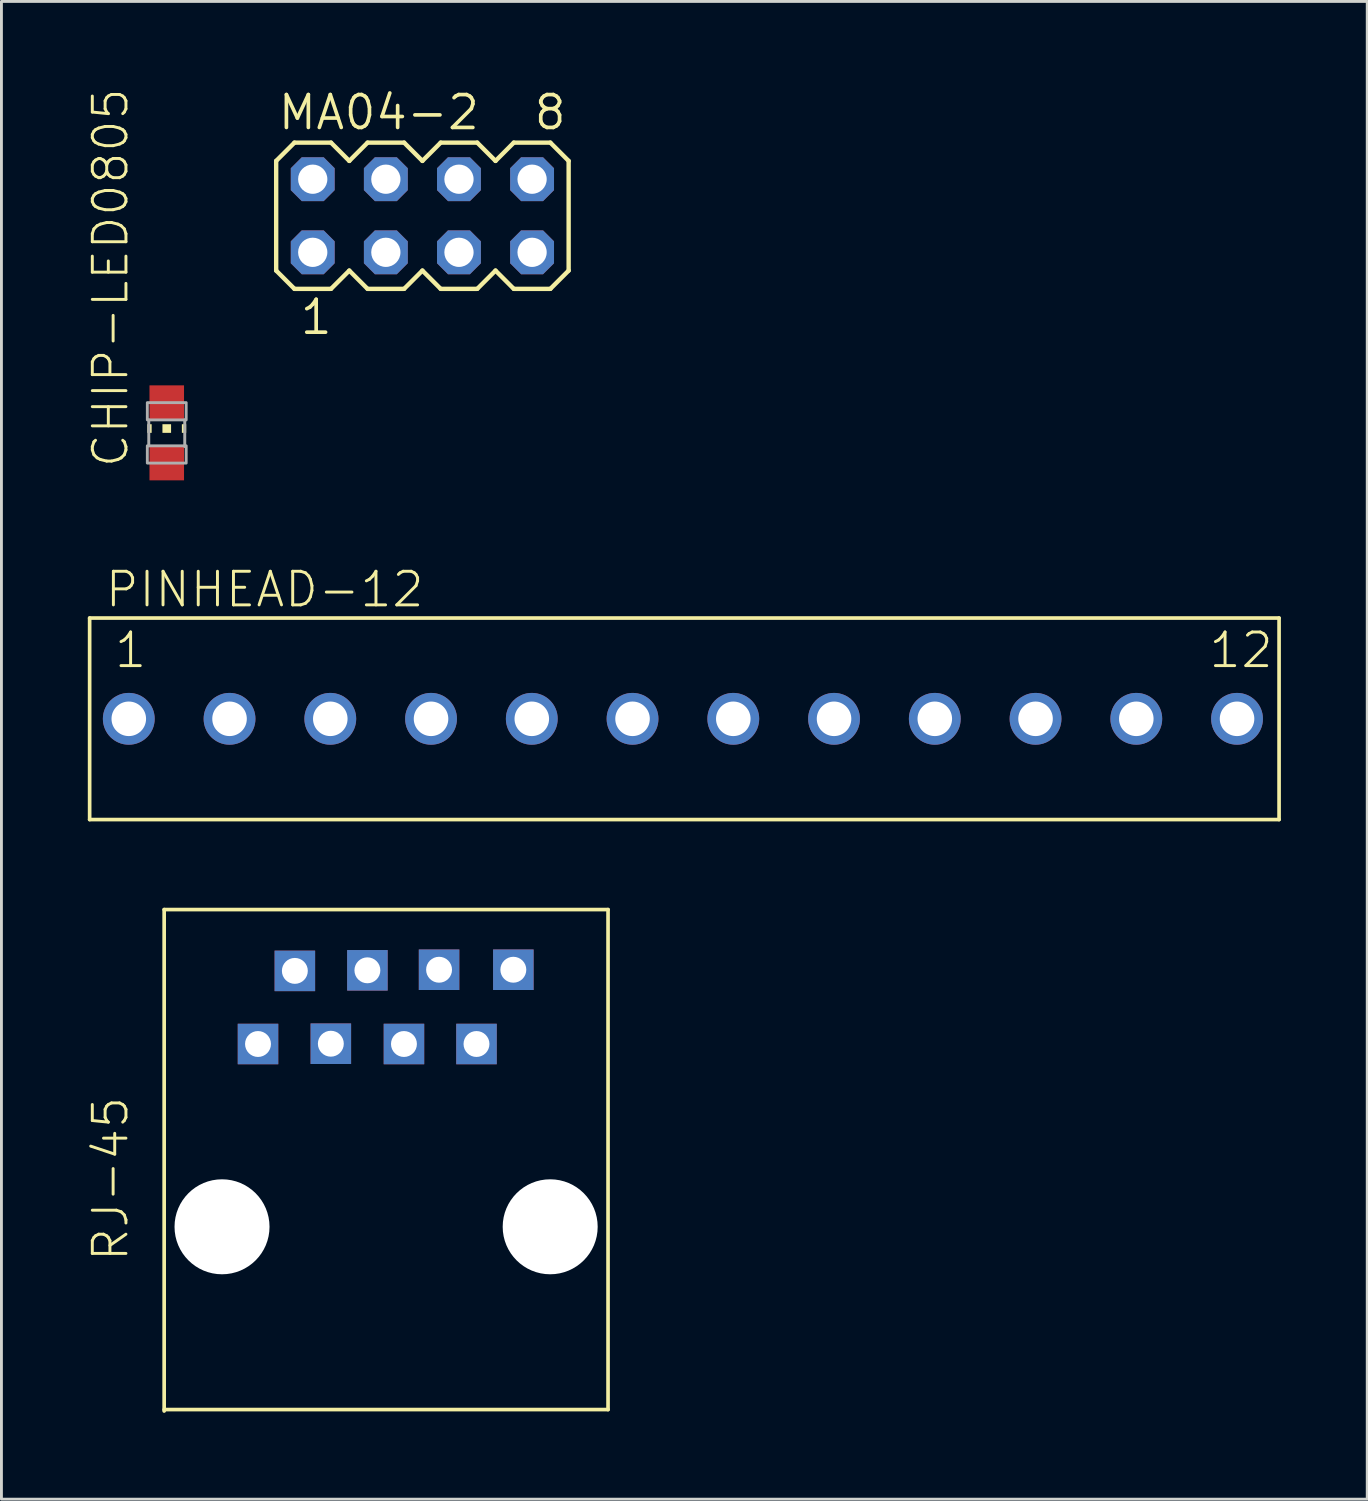
<source format=kicad_pcb>
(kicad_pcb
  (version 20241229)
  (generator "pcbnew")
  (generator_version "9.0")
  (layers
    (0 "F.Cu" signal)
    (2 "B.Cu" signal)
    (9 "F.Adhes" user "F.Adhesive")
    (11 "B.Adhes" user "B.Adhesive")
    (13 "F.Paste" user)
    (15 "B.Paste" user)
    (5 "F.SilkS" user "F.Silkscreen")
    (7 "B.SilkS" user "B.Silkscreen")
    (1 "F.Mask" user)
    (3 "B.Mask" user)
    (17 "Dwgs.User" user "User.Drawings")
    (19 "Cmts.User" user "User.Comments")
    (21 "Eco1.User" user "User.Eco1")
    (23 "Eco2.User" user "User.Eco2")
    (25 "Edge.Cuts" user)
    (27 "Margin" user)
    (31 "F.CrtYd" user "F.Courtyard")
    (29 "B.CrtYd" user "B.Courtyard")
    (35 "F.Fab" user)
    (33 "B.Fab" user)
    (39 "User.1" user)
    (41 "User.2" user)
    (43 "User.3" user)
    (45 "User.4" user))
  (footprint "RJ-45"
    (layer "F.Cu")
    (at 10.363 39.568)
    (property "Reference" "RJ-45" (at -8.89 1.27 90) (layer "F.SilkS") (effects (font (size 1.168 1.168) (thickness 0.102)) (justify left bottom)))
    (fp_line (start -7.71 -11.02) (end -7.71 6.4) (stroke (width 0.127) (type solid)) (layer "F.SilkS"))
    (fp_line (start -7.71 6.35) (end 7.71 6.35) (stroke (width 0.127) (type solid)) (layer "F.SilkS"))
    (fp_line (start 7.71 -11.02) (end -7.71 -11.02) (stroke (width 0.127) (type solid)) (layer "F.SilkS"))
    (fp_line (start 7.71 6.35) (end 7.71 -11.02) (stroke (width 0.127) (type solid)) (layer "F.SilkS"))
    (pad "" np_thru_hole circle (at -5.7 0) (size 3.3 3.3) (drill 3.3) (layers "*.Cu" "*.Mask"))
    (pad "" np_thru_hole circle (at 5.7 0) (size 3.3 3.3) (drill 3.3) (layers "*.Cu" "*.Mask"))
    (pad "1" thru_hole rect (at -4.45 -6.35) (size 1.408 1.408) (drill 0.9) (layers "*.Cu" "*.Mask"))
    (pad "2" thru_hole rect (at -3.17 -8.89) (size 1.408 1.408) (drill 0.9) (layers "*.Cu" "*.Mask"))
    (pad "3" thru_hole rect (at -1.92 -6.36) (size 1.408 1.408) (drill 0.9) (layers "*.Cu" "*.Mask"))
    (pad "4" thru_hole rect (at -0.65 -8.91) (size 1.408 1.408) (drill 0.9) (layers "*.Cu" "*.Mask"))
    (pad "5" thru_hole rect (at 0.62 -6.35) (size 1.408 1.408) (drill 0.9) (layers "*.Cu" "*.Mask"))
    (pad "6" thru_hole rect (at 1.84 -8.93) (size 1.408 1.408) (drill 0.9) (layers "*.Cu" "*.Mask"))
    (pad "7" thru_hole rect (at 3.14 -6.35) (size 1.408 1.408) (drill 0.9) (layers "*.Cu" "*.Mask"))
    (pad "8" thru_hole rect (at 4.42 -8.93) (size 1.408 1.408) (drill 0.9) (layers "*.Cu" "*.Mask")))
  (footprint "MA04-2"
    (layer "F.Cu")
    (at 11.624 4.445)
    (property "Reference" "MA04-2" (at -5.08 -2.921 0) (layer "F.SilkS") (effects (font (size 1.143 1.143) (thickness 0.127)) (justify left bottom)))
    (fp_line (start -5.08 -1.905) (end -5.08 1.905) (stroke (width 0.152) (type solid)) (layer "F.SilkS"))
    (fp_line (start -5.08 1.905) (end -4.445 2.54) (stroke (width 0.152) (type solid)) (layer "F.SilkS"))
    (fp_line (start -4.445 -2.54) (end -5.08 -1.905) (stroke (width 0.152) (type solid)) (layer "F.SilkS"))
    (fp_line (start -4.445 -2.54) (end -3.175 -2.54) (stroke (width 0.152) (type solid)) (layer "F.SilkS"))
    (fp_line (start -3.175 -2.54) (end -2.54 -1.905) (stroke (width 0.152) (type solid)) (layer "F.SilkS"))
    (fp_line (start -3.175 2.54) (end -4.445 2.54) (stroke (width 0.152) (type solid)) (layer "F.SilkS"))
    (fp_line (start -2.54 -1.905) (end -1.905 -2.54) (stroke (width 0.152) (type solid)) (layer "F.SilkS"))
    (fp_line (start -2.54 1.905) (end -3.175 2.54) (stroke (width 0.152) (type solid)) (layer "F.SilkS"))
    (fp_line (start -1.905 -2.54) (end -0.635 -2.54) (stroke (width 0.152) (type solid)) (layer "F.SilkS"))
    (fp_line (start -1.905 2.54) (end -2.54 1.905) (stroke (width 0.152) (type solid)) (layer "F.SilkS"))
    (fp_line (start -0.635 -2.54) (end 0 -1.905) (stroke (width 0.152) (type solid)) (layer "F.SilkS"))
    (fp_line (start -0.635 2.54) (end -1.905 2.54) (stroke (width 0.152) (type solid)) (layer "F.SilkS"))
    (fp_line (start 0 -1.905) (end 0.635 -2.54) (stroke (width 0.152) (type solid)) (layer "F.SilkS"))
    (fp_line (start 0 1.905) (end -0.635 2.54) (stroke (width 0.152) (type solid)) (layer "F.SilkS"))
    (fp_line (start 0.635 -2.54) (end 1.905 -2.54) (stroke (width 0.152) (type solid)) (layer "F.SilkS"))
    (fp_line (start 0.635 2.54) (end 0 1.905) (stroke (width 0.152) (type solid)) (layer "F.SilkS"))
    (fp_line (start 1.905 -2.54) (end 2.54 -1.905) (stroke (width 0.152) (type solid)) (layer "F.SilkS"))
    (fp_line (start 1.905 2.54) (end 0.635 2.54) (stroke (width 0.152) (type solid)) (layer "F.SilkS"))
    (fp_line (start 2.54 1.905) (end 1.905 2.54) (stroke (width 0.152) (type solid)) (layer "F.SilkS"))
    (fp_line (start 2.54 1.905) (end 3.175 2.54) (stroke (width 0.152) (type solid)) (layer "F.SilkS"))
    (fp_line (start 3.175 -2.54) (end 2.54 -1.905) (stroke (width 0.152) (type solid)) (layer "F.SilkS"))
    (fp_line (start 3.175 -2.54) (end 4.445 -2.54) (stroke (width 0.152) (type solid)) (layer "F.SilkS"))
    (fp_line (start 4.445 -2.54) (end 5.08 -1.905) (stroke (width 0.152) (type solid)) (layer "F.SilkS"))
    (fp_line (start 4.445 2.54) (end 3.175 2.54) (stroke (width 0.152) (type solid)) (layer "F.SilkS"))
    (fp_line (start 5.08 -1.905) (end 5.08 1.905) (stroke (width 0.152) (type solid)) (layer "F.SilkS"))
    (fp_line (start 5.08 1.905) (end 4.445 2.54) (stroke (width 0.152) (type solid)) (layer "F.SilkS"))
    (fp_poly (pts (xy -4.064 -1.016) (xy -3.556 -1.016) (xy -3.556 -1.524) (xy -4.064 -1.524)) (stroke (width 0.1) (type solid)) (fill no) (layer "F.Fab"))
    (fp_poly (pts (xy -4.064 1.524) (xy -3.556 1.524) (xy -3.556 1.016) (xy -4.064 1.016)) (stroke (width 0.1) (type solid)) (fill no) (layer "F.Fab"))
    (fp_poly (pts (xy -1.524 -1.016) (xy -1.016 -1.016) (xy -1.016 -1.524) (xy -1.524 -1.524)) (stroke (width 0.1) (type solid)) (fill no) (layer "F.Fab"))
    (fp_poly (pts (xy -1.524 1.524) (xy -1.016 1.524) (xy -1.016 1.016) (xy -1.524 1.016)) (stroke (width 0.1) (type solid)) (fill no) (layer "F.Fab"))
    (fp_poly (pts (xy 1.016 -1.016) (xy 1.524 -1.016) (xy 1.524 -1.524) (xy 1.016 -1.524)) (stroke (width 0.1) (type solid)) (fill no) (layer "F.Fab"))
    (fp_poly (pts (xy 1.016 1.524) (xy 1.524 1.524) (xy 1.524 1.016) (xy 1.016 1.016)) (stroke (width 0.1) (type solid)) (fill no) (layer "F.Fab"))
    (fp_poly (pts (xy 3.556 -1.016) (xy 4.064 -1.016) (xy 4.064 -1.524) (xy 3.556 -1.524)) (stroke (width 0.1) (type solid)) (fill no) (layer "F.Fab"))
    (fp_poly (pts (xy 3.556 1.524) (xy 4.064 1.524) (xy 4.064 1.016) (xy 3.556 1.016)) (stroke (width 0.1) (type solid)) (fill no) (layer "F.Fab"))
    (fp_text user "1" (at -4.318 4.191 0) (layer "F.SilkS") (effects (font (size 1.143 1.143) (thickness 0.127)) (justify left bottom)))
    (fp_text user "8" (at 3.81 -2.921 0) (layer "F.SilkS") (effects (font (size 1.143 1.143) (thickness 0.127)) (justify left bottom)))
    (pad "1" thru_hole roundrect (at -3.81 1.27) (size 1.524 1.524) (drill 1.016) (layers "*.Cu" "*.Mask") (roundrect_rratio 0.25) (chamfer_ratio 0.25) (chamfer top_left top_right bottom_left bottom_right))
    (pad "2" thru_hole roundrect (at -3.81 -1.27) (size 1.524 1.524) (drill 1.016) (layers "*.Cu" "*.Mask") (roundrect_rratio 0.25) (chamfer_ratio 0.25) (chamfer top_left top_right bottom_left bottom_right))
    (pad "3" thru_hole roundrect (at -1.27 1.27) (size 1.524 1.524) (drill 1.016) (layers "*.Cu" "*.Mask") (roundrect_rratio 0.25) (chamfer_ratio 0.25) (chamfer top_left top_right bottom_left bottom_right))
    (pad "4" thru_hole roundrect (at -1.27 -1.27) (size 1.524 1.524) (drill 1.016) (layers "*.Cu" "*.Mask") (roundrect_rratio 0.25) (chamfer_ratio 0.25) (chamfer top_left top_right bottom_left bottom_right))
    (pad "5" thru_hole roundrect (at 1.27 1.27) (size 1.524 1.524) (drill 1.016) (layers "*.Cu" "*.Mask") (roundrect_rratio 0.25) (chamfer_ratio 0.25) (chamfer top_left top_right bottom_left bottom_right))
    (pad "6" thru_hole roundrect (at 1.27 -1.27) (size 1.524 1.524) (drill 1.016) (layers "*.Cu" "*.Mask") (roundrect_rratio 0.25) (chamfer_ratio 0.25) (chamfer top_left top_right bottom_left bottom_right))
    (pad "7" thru_hole roundrect (at 3.81 1.27) (size 1.524 1.524) (drill 1.016) (layers "*.Cu" "*.Mask") (roundrect_rratio 0.25) (chamfer_ratio 0.25) (chamfer top_left top_right bottom_left bottom_right))
    (pad "8" thru_hole roundrect (at 3.81 -1.27) (size 1.524 1.524) (drill 1.016) (layers "*.Cu" "*.Mask") (roundrect_rratio 0.25) (chamfer_ratio 0.25) (chamfer top_left top_right bottom_left bottom_right)))
  (footprint "PINHEAD-12"
    (layer "F.Cu")
    (at 18.924 21.921)
    (property "Reference" "PINHEAD-12" (at -18.38 -3.81 0) (layer "F.SilkS") (effects (font (size 1.168 1.168) (thickness 0.102)) (justify left bottom)))
    (fp_line (start -18.86 -3.5) (end -18.86 3.5) (stroke (width 0.127) (type solid)) (layer "F.SilkS"))
    (fp_line (start -18.86 3.5) (end 22.46 3.5) (stroke (width 0.127) (type solid)) (layer "F.SilkS"))
    (fp_line (start 22.46 -3.5) (end -18.86 -3.5) (stroke (width 0.127) (type solid)) (layer "F.SilkS"))
    (fp_line (start 22.46 3.5) (end 22.46 -3.5) (stroke (width 0.127) (type solid)) (layer "F.SilkS"))
    (fp_text user "12" (at 19.96 -1.7 0) (layer "F.SilkS") (effects (font (size 1.168 1.168) (thickness 0.102)) (justify left bottom)))
    (fp_text user "1" (at -18.06 -1.7 0) (layer "F.SilkS") (effects (font (size 1.168 1.168) (thickness 0.102)) (justify left bottom)))
    (pad "1" thru_hole circle (at -17.5 0) (size 1.8 1.8) (drill 1.2) (layers "*.Cu" "*.Mask"))
    (pad "2" thru_hole circle (at -14 0) (size 1.8 1.8) (drill 1.2) (layers "*.Cu" "*.Mask"))
    (pad "3" thru_hole circle (at -10.5 0) (size 1.8 1.8) (drill 1.2) (layers "*.Cu" "*.Mask"))
    (pad "4" thru_hole circle (at -7 0) (size 1.8 1.8) (drill 1.2) (layers "*.Cu" "*.Mask"))
    (pad "5" thru_hole circle (at -3.5 0) (size 1.8 1.8) (drill 1.2) (layers "*.Cu" "*.Mask"))
    (pad "6" thru_hole circle (at 0 0) (size 1.8 1.8) (drill 1.2) (layers "*.Cu" "*.Mask"))
    (pad "7" thru_hole circle (at 3.5 0) (size 1.8 1.8) (drill 1.2) (layers "*.Cu" "*.Mask"))
    (pad "8" thru_hole circle (at 7 0) (size 1.8 1.8) (drill 1.2) (layers "*.Cu" "*.Mask"))
    (pad "9" thru_hole circle (at 10.5 0) (size 1.8 1.8) (drill 1.2) (layers "*.Cu" "*.Mask"))
    (pad "10" thru_hole circle (at 14 0) (size 1.8 1.8) (drill 1.2) (layers "*.Cu" "*.Mask"))
    (pad "11" thru_hole circle (at 17.5 0) (size 1.8 1.8) (drill 1.2) (layers "*.Cu" "*.Mask"))
    (pad "12" thru_hole circle (at 21 0) (size 1.8 1.8) (drill 1.2) (layers "*.Cu" "*.Mask")))
  (footprint "CHIP-LED0805"
    (layer "F.Cu")
    (at 2.743 11.987)
    (property "Reference" "CHIP-LED0805" (at -1.27 1.27 90) (layer "F.SilkS") (effects (font (size 1.168 1.168) (thickness 0.102)) (justify left bottom)))
    (fp_poly (pts (xy -0.675 0) (xy -0.525 0) (xy -0.525 -0.3) (xy -0.675 -0.3)) (stroke (width 0) (type solid)) (fill yes) (layer "F.SilkS"))
    (fp_poly (pts (xy -0.15 0) (xy 0.15 0) (xy 0.15 -0.3) (xy -0.15 -0.3)) (stroke (width 0) (type solid)) (fill yes) (layer "F.SilkS"))
    (fp_poly (pts (xy 0.525 0) (xy 0.675 0) (xy 0.675 -0.3) (xy 0.525 -0.3)) (stroke (width 0) (type solid)) (fill yes) (layer "F.SilkS"))
    (fp_line (start -0.625 -0.45) (end -0.625 0.45) (stroke (width 0.102) (type solid)) (layer "F.Fab"))
    (fp_line (start 0.625 -0.45) (end 0.625 0.475) (stroke (width 0.102) (type solid)) (layer "F.Fab"))
    (fp_poly (pts (xy -0.675 -0.45) (xy 0.675 -0.45) (xy 0.675 -1.05) (xy -0.675 -1.05)) (stroke (width 0.1) (type solid)) (fill no) (layer "F.Fab"))
    (fp_poly (pts (xy -0.675 1.05) (xy 0.675 1.05) (xy 0.675 0.45) (xy -0.675 0.45)) (stroke (width 0.1) (type solid)) (fill no) (layer "F.Fab"))
    (pad "A" smd rect (at 0 1.05) (size 1.2 1.2) (layers "F.Cu" "F.Mask" "F.Paste"))
    (pad "C" smd rect (at 0 -1.05) (size 1.2 1.2) (layers "F.Cu" "F.Mask" "F.Paste")))
  (gr_rect
    (start -3 -3)
    (end 44.447 49.031)
    (stroke (width 0.1) (type default))
    (fill no)
    (layer "Edge.Cuts")))
</source>
